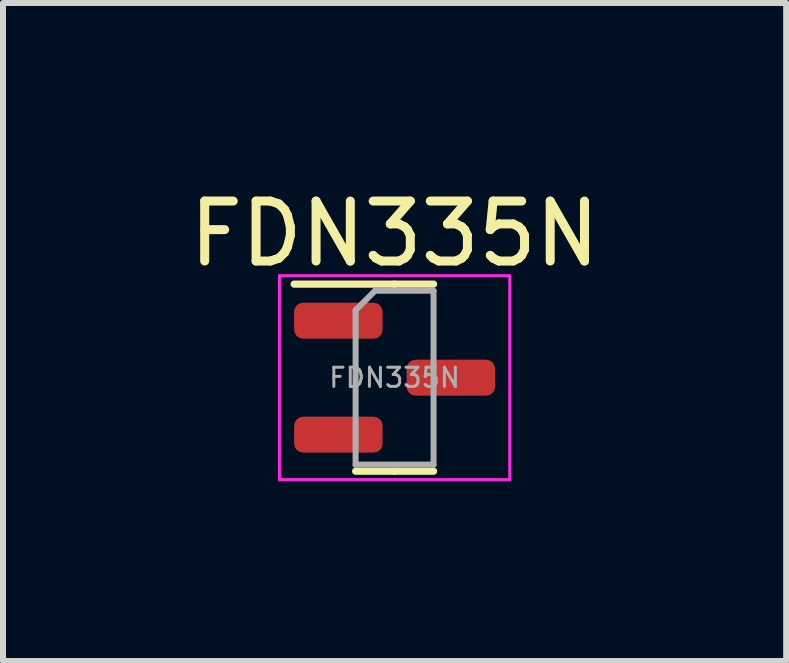
<source format=kicad_pcb>
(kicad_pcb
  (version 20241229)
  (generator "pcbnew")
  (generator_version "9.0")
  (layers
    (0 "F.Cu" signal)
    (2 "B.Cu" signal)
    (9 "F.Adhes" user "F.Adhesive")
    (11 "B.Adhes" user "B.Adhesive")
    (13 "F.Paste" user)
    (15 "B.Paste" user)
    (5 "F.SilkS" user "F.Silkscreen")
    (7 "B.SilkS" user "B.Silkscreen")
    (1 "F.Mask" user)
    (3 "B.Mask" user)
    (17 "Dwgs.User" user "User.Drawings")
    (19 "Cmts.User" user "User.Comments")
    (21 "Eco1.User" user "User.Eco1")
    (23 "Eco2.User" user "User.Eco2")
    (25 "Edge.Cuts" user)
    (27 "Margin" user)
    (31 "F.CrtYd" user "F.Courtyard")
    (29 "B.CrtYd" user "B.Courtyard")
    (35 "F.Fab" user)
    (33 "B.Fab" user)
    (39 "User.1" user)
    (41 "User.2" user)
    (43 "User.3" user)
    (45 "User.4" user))
  (footprint "FDN335N"
    (layer "F.Cu")
    (at 3.53 3.248)
    (property "Reference" "FDN335N" (at 0 -2.4 0) (layer "F.SilkS") (effects (font (size 1 1) (thickness 0.15))))
    (attr smd)
    (fp_line (start 0 -1.56) (end -1.675 -1.56) (stroke (width 0.12) (type solid)) (layer "F.SilkS"))
    (fp_line (start 0 -1.56) (end 0.65 -1.56) (stroke (width 0.12) (type solid)) (layer "F.SilkS"))
    (fp_line (start 0 1.56) (end -0.65 1.56) (stroke (width 0.12) (type solid)) (layer "F.SilkS"))
    (fp_line (start 0 1.56) (end 0.65 1.56) (stroke (width 0.12) (type solid)) (layer "F.SilkS"))
    (fp_line (start -1.92 -1.7) (end -1.92 1.7) (stroke (width 0.05) (type solid)) (layer "F.CrtYd"))
    (fp_line (start -1.92 1.7) (end 1.92 1.7) (stroke (width 0.05) (type solid)) (layer "F.CrtYd"))
    (fp_line (start 1.92 -1.7) (end -1.92 -1.7) (stroke (width 0.05) (type solid)) (layer "F.CrtYd"))
    (fp_line (start 1.92 1.7) (end 1.92 -1.7) (stroke (width 0.05) (type solid)) (layer "F.CrtYd"))
    (fp_line (start -0.65 -1.125) (end -0.325 -1.45) (stroke (width 0.1) (type solid)) (layer "F.Fab"))
    (fp_line (start -0.65 1.45) (end -0.65 -1.125) (stroke (width 0.1) (type solid)) (layer "F.Fab"))
    (fp_line (start -0.325 -1.45) (end 0.65 -1.45) (stroke (width 0.1) (type solid)) (layer "F.Fab"))
    (fp_line (start 0.65 -1.45) (end 0.65 1.45) (stroke (width 0.1) (type solid)) (layer "F.Fab"))
    (fp_line (start 0.65 1.45) (end -0.65 1.45) (stroke (width 0.1) (type solid)) (layer "F.Fab"))
    (fp_text user "${REFERENCE}" (at 0 0 0) (layer "F.Fab") (effects (font (size 0.32 0.32) (thickness 0.05))))
    (pad "D" smd roundrect (at 0.938 0) (size 1.475 0.6) (layers "F.Cu" "F.Mask" "F.Paste") (roundrect_rratio 0.25))
    (pad "G" smd roundrect (at -0.938 -0.95) (size 1.475 0.6) (layers "F.Cu" "F.Mask" "F.Paste") (roundrect_rratio 0.25))
    (pad "S" smd roundrect (at -0.938 0.95) (size 1.475 0.6) (layers "F.Cu" "F.Mask" "F.Paste") (roundrect_rratio 0.25)))
  (gr_rect
    (start -3 -3)
    (end 10.06 7.973)
    (stroke (width 0.1) (type default))
    (fill no)
    (layer "Edge.Cuts")))
</source>
